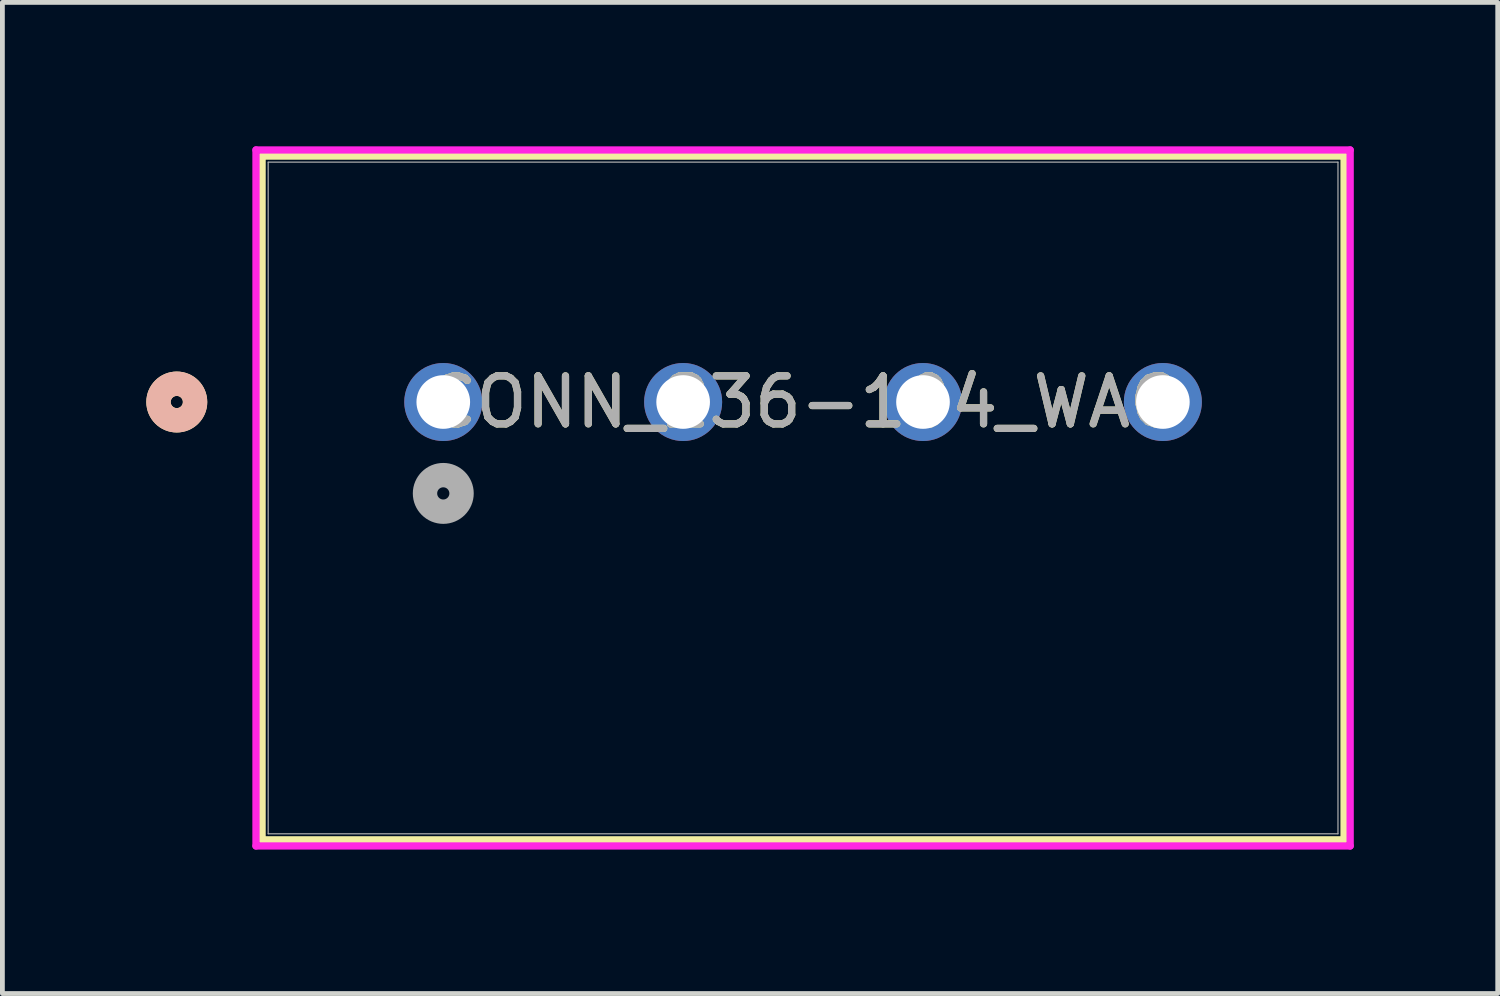
<source format=kicad_pcb>
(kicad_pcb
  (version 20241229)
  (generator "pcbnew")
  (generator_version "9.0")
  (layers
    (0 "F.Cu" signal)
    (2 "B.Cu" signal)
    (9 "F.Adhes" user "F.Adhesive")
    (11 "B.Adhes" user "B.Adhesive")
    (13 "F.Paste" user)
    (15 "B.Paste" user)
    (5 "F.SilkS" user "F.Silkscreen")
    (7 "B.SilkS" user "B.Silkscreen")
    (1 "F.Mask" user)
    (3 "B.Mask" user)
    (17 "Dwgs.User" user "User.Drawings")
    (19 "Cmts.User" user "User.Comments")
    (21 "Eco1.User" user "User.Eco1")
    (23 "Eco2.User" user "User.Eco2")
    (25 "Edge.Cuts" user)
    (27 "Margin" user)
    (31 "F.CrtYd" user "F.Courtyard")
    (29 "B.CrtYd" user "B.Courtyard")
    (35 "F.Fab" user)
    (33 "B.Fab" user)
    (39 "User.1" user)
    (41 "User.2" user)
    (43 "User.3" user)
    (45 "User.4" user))
  (footprint "CONN_236-104_WAG"
    (layer "F.Cu")
    (at 6.19 5.33)
    (property "Reference" "CONN_236-104_WAG" (at 7.5 0 0) (unlocked yes) (layer "F.SilkS") (effects (font (size 1 1) (thickness 0.15))))
    (attr through_hole)
    (fp_line (start -3.777 -5.127) (end -3.777 9.127) (stroke (width 0.152) (type solid)) (layer "F.SilkS"))
    (fp_line (start -3.777 9.127) (end 18.777 9.127) (stroke (width 0.152) (type solid)) (layer "F.SilkS"))
    (fp_line (start 18.777 -5.127) (end -3.777 -5.127) (stroke (width 0.152) (type solid)) (layer "F.SilkS"))
    (fp_line (start 18.777 9.127) (end 18.777 -5.127) (stroke (width 0.152) (type solid)) (layer "F.SilkS"))
    (fp_circle (center -5.555 0) (end -5.174 0) (stroke (width 0.508) (type solid)) (fill no) (layer "F.SilkS"))
    (fp_circle (center -5.555 0) (end -5.174 0) (stroke (width 0.508) (type solid)) (fill no) (layer "B.SilkS"))
    (fp_line (start -3.904 -5.254) (end -3.904 9.254) (stroke (width 0.152) (type solid)) (layer "F.CrtYd"))
    (fp_line (start -3.904 9.254) (end 18.904 9.254) (stroke (width 0.152) (type solid)) (layer "F.CrtYd"))
    (fp_line (start 18.904 -5.254) (end -3.904 -5.254) (stroke (width 0.152) (type solid)) (layer "F.CrtYd"))
    (fp_line (start 18.904 9.254) (end 18.904 -5.254) (stroke (width 0.152) (type solid)) (layer "F.CrtYd"))
    (fp_line (start -3.65 -5) (end -3.65 9) (stroke (width 0.025) (type solid)) (layer "F.Fab"))
    (fp_line (start -3.65 9) (end 18.65 9) (stroke (width 0.025) (type solid)) (layer "F.Fab"))
    (fp_line (start 18.65 -5) (end -3.65 -5) (stroke (width 0.025) (type solid)) (layer "F.Fab"))
    (fp_line (start 18.65 9) (end 18.65 -5) (stroke (width 0.025) (type solid)) (layer "F.Fab"))
    (fp_circle (center 0 1.905) (end 0.381 1.905) (stroke (width 0.508) (type solid)) (fill no) (layer "F.Fab"))
    (fp_text user "${REFERENCE}" (at 7.5 0 0) (unlocked yes) (layer "F.Fab") (effects (font (size 1 1) (thickness 0.15))))
    (pad "1" thru_hole circle (at 0 0) (size 1.626 1.626) (drill 1.118) (layers "*.Cu" "*.Mask"))
    (pad "2" thru_hole circle (at 5 0) (size 1.626 1.626) (drill 1.118) (layers "*.Cu" "*.Mask"))
    (pad "3" thru_hole circle (at 10 0) (size 1.626 1.626) (drill 1.118) (layers "*.Cu" "*.Mask"))
    (pad "4" thru_hole circle (at 15 0) (size 1.626 1.626) (drill 1.118) (layers "*.Cu" "*.Mask")))
  (gr_rect
    (start -3 -3)
    (end 28.17 17.66)
    (stroke (width 0.1) (type default))
    (fill no)
    (layer "Edge.Cuts")))
</source>
